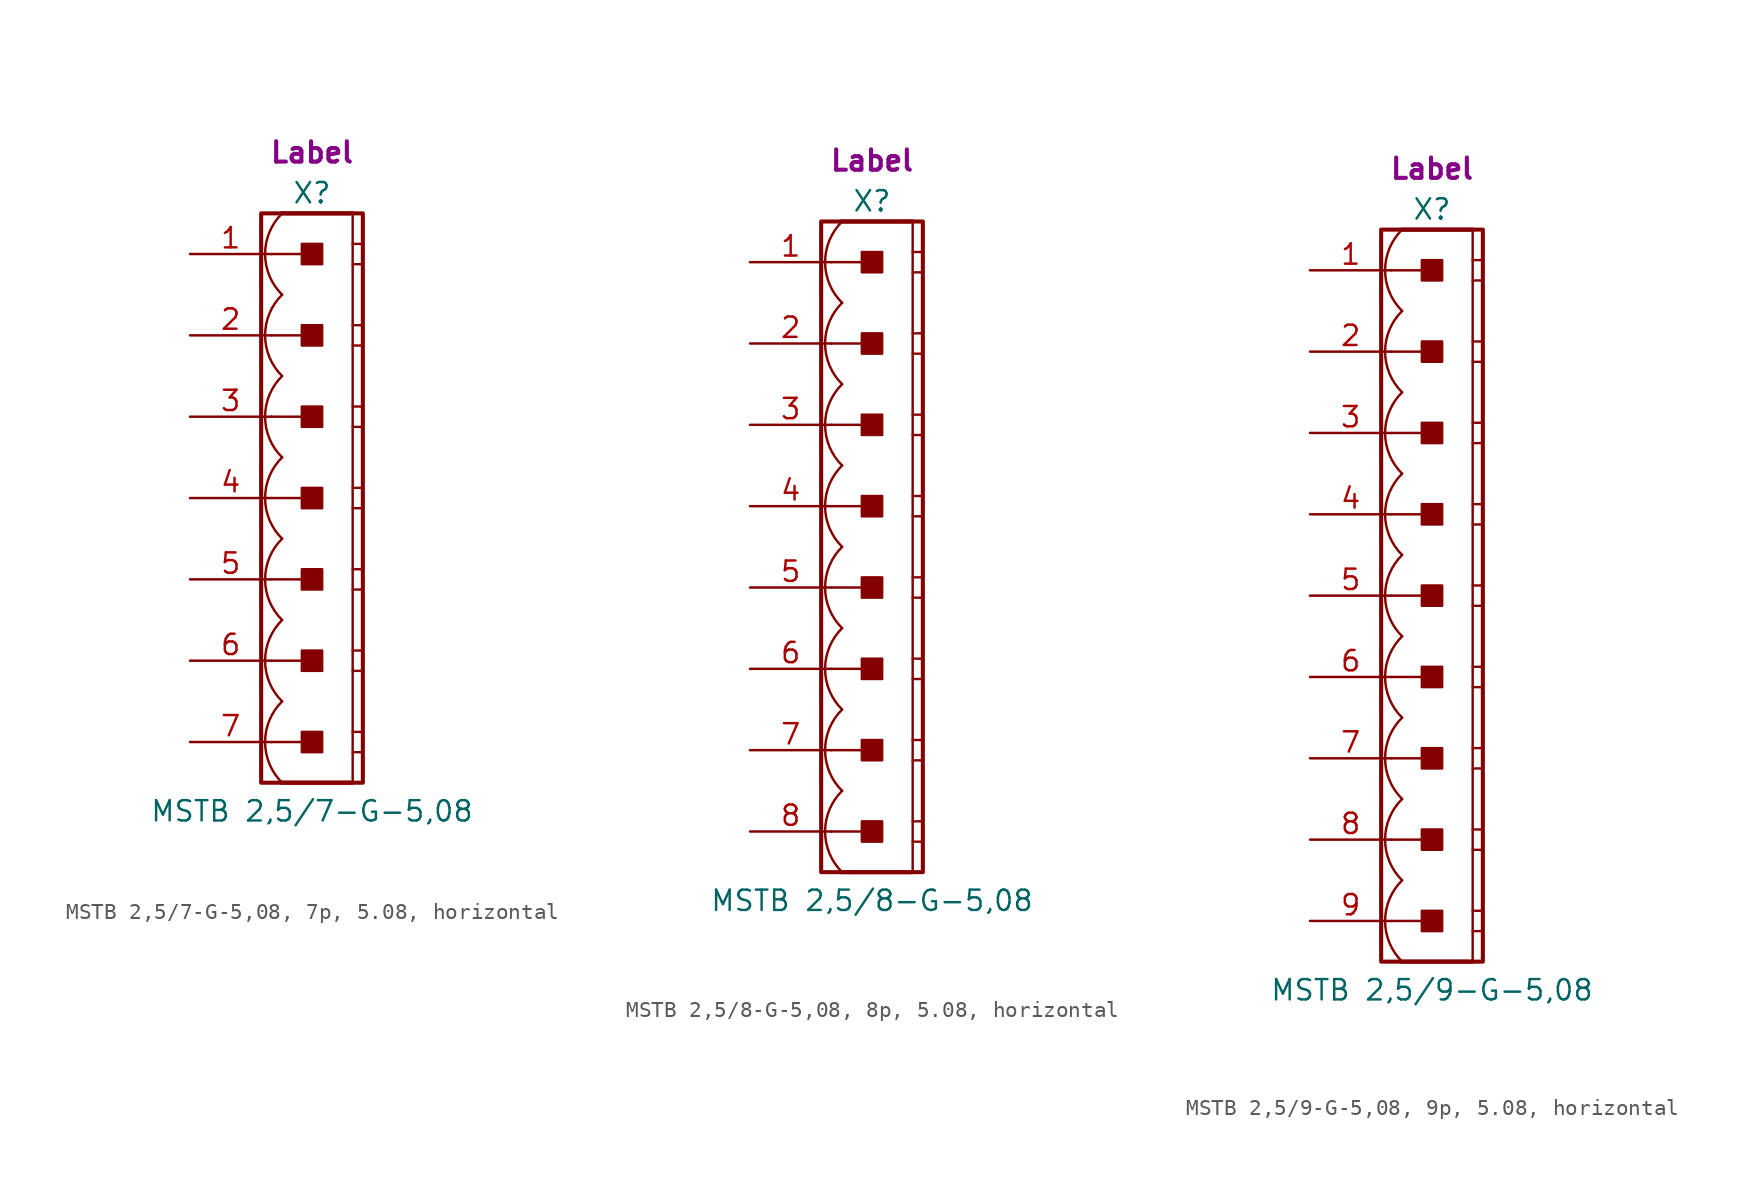
<source format=kicad_sym>
(kicad_symbol_lib
  (version 20241209)
  (generator "kicad_symbol_editor")
  (generator_version "9.0")
  (symbol "MSTB 2,5/7-G-5,08, 7p, 5.08, horizontal"
    (pin_names
      (offset 1.016)
      (hide yes))
    (property "Reference" "X"
      (at 0 19.05 0)
      (effects (font (size 1.27 1.27))))
    (property "Value" "MSTB 2,5/7-G-5,08"
      (at 0 -19.558 0)
      (effects (font (size 1.27 1.27))))
    (property "Label" "Label"
      (at 0 21.59 0)
      (effects (font (size 1.27 1.27) (thickness 0.254) (bold yes))))
    (symbol "MSTB 2,5/7-G-5,08, 7p, 5.08, horizontal_0_1"
      (polyline (pts (xy 2.54 17.78) (xy -1.905 17.78)) (stroke (width 0.254) (type default)) (fill (type none)))
      (polyline (pts (xy 2.54 17.78) (xy 2.54 -17.78)) (stroke (width 0.152) (type default)) (fill (type none)))
      (polyline (pts (xy 2.54 15.875) (xy 3.175 15.875)) (stroke (width 0.152) (type default)) (fill (type none)))
      (polyline (pts (xy 2.54 14.605) (xy 3.175 14.605)) (stroke (width 0.152) (type default)) (fill (type none)))
      (polyline (pts (xy 2.54 10.795) (xy 3.175 10.795)) (stroke (width 0.152) (type default)) (fill (type none)))
      (polyline (pts (xy 2.54 9.525) (xy 3.175 9.525)) (stroke (width 0.152) (type default)) (fill (type none)))
      (polyline (pts (xy 2.54 5.715) (xy 3.175 5.715)) (stroke (width 0.152) (type default)) (fill (type none)))
      (polyline (pts (xy 2.54 4.445) (xy 3.175 4.445)) (stroke (width 0.152) (type default)) (fill (type none)))
      (polyline (pts (xy 2.54 0.635) (xy 3.175 0.635)) (stroke (width 0.152) (type default)) (fill (type none)))
      (polyline (pts (xy 2.54 -0.635) (xy 3.175 -0.635)) (stroke (width 0.152) (type default)) (fill (type none)))
      (polyline (pts (xy 2.54 -4.445) (xy 3.175 -4.445)) (stroke (width 0.152) (type default)) (fill (type none)))
      (polyline (pts (xy 2.54 -5.715) (xy 3.175 -5.715)) (stroke (width 0.152) (type default)) (fill (type none)))
      (polyline (pts (xy 2.54 -9.525) (xy 3.175 -9.525)) (stroke (width 0.152) (type default)) (fill (type none)))
      (polyline (pts (xy 2.54 -10.795) (xy 3.175 -10.795)) (stroke (width 0.152) (type default)) (fill (type none)))
      (polyline (pts (xy 2.54 -14.605) (xy 3.175 -14.605)) (stroke (width 0.152) (type default)) (fill (type none)))
      (polyline (pts (xy 2.54 -15.875) (xy 3.175 -15.875)) (stroke (width 0.152) (type default)) (fill (type none)))
      (polyline (pts (xy 2.54 -17.78) (xy -1.905 -17.78)) (stroke (width 0.254) (type default)) (fill (type none))))
    (symbol "MSTB 2,5/7-G-5,08, 7p, 5.08, horizontal_1_0"
      (polyline (pts (xy -2.54 15.24) (xy 0 15.24)) (stroke (width 0.152) (type default)) (fill (type none)))
      (polyline (pts (xy -2.54 10.16) (xy 0 10.16)) (stroke (width 0.152) (type default)) (fill (type none)))
      (polyline (pts (xy -2.54 5.08) (xy 0 5.08)) (stroke (width 0.152) (type default)) (fill (type none)))
      (polyline (pts (xy -2.54 0) (xy 0 0)) (stroke (width 0.152) (type default)) (fill (type none)))
      (polyline (pts (xy -2.54 -5.08) (xy 0 -5.08)) (stroke (width 0.152) (type default)) (fill (type none)))
      (polyline (pts (xy -2.54 -10.16) (xy 0 -10.16)) (stroke (width 0.152) (type default)) (fill (type none)))
      (polyline (pts (xy -2.54 -15.24) (xy 0 -15.24)) (stroke (width 0.152) (type default)) (fill (type none))))
    (symbol "MSTB 2,5/7-G-5,08, 7p, 5.08, horizontal_1_1"
      (rectangle (start -3.175 17.78) (end 3.175 -17.78) (stroke (width 0.254) (type default)) (fill (type none)))
      (rectangle (start -0.635 14.605) (end 0.635 15.875) (stroke (width 0.152) (type default)) (fill (type outline)))
      (rectangle (start -0.635 9.525) (end 0.635 10.795) (stroke (width 0.152) (type default)) (fill (type outline)))
      (rectangle (start -0.635 4.445) (end 0.635 5.715) (stroke (width 0.152) (type default)) (fill (type outline)))
      (rectangle (start -0.635 -0.635) (end 0.635 0.635) (stroke (width 0.152) (type default)) (fill (type outline)))
      (rectangle (start -0.635 -5.715) (end 0.635 -4.445) (stroke (width 0.152) (type default)) (fill (type outline)))
      (rectangle (start -0.635 -10.795) (end 0.635 -9.525) (stroke (width 0.152) (type default)) (fill (type outline)))
      (rectangle (start -0.635 -15.875) (end 0.635 -14.605) (stroke (width 0.152) (type default)) (fill (type outline)))
      (arc (start -1.8664 12.7) (mid -2.9299 15.24) (end -1.8664 17.78) (stroke (width 0.1524) (type default)) (fill (type none)))
      (arc (start -1.8664 7.62) (mid -2.9299 10.16) (end -1.8664 12.7) (stroke (width 0.1524) (type default)) (fill (type none)))
      (arc (start -1.8664 2.54) (mid -2.9299 5.08) (end -1.8664 7.62) (stroke (width 0.1524) (type default)) (fill (type none)))
      (arc (start -1.8664 -2.54) (mid -2.9299 0) (end -1.8664 2.54) (stroke (width 0.1524) (type default)) (fill (type none)))
      (arc (start -1.8664 -7.62) (mid -2.9299 -5.08) (end -1.8664 -2.54) (stroke (width 0.1524) (type default)) (fill (type none)))
      (arc (start -1.8664 -12.7) (mid -2.9299 -10.16) (end -1.8664 -7.62) (stroke (width 0.1524) (type default)) (fill (type none)))
      (arc (start -1.8664 -17.78) (mid -2.9299 -15.24) (end -1.8664 -12.7) (stroke (width 0.1524) (type default)) (fill (type none)))
      (pin passive line (at -7.62 15.24 0) (length 5.08) (name "1" (effects (font (size 1.27 1.27)))) (number "1" (effects (font (size 1.27 1.27)))))
      (pin passive line (at -7.62 10.16 0) (length 5.08) (name "2" (effects (font (size 1.27 1.27)))) (number "2" (effects (font (size 1.27 1.27)))))
      (pin passive line (at -7.62 5.08 0) (length 5.08) (name "3" (effects (font (size 1.27 1.27)))) (number "3" (effects (font (size 1.27 1.27)))))
      (pin passive line (at -7.62 0 0) (length 5.08) (name "4" (effects (font (size 1.27 1.27)))) (number "4" (effects (font (size 1.27 1.27)))))
      (pin passive line (at -7.62 -5.08 0) (length 5.08) (name "5" (effects (font (size 1.27 1.27)))) (number "5" (effects (font (size 1.27 1.27)))))
      (pin passive line (at -7.62 -10.16 0) (length 5.08) (name "6" (effects (font (size 1.27 1.27)))) (number "6" (effects (font (size 1.27 1.27)))))
      (pin passive line (at -7.62 -15.24 0) (length 5.08) (name "7" (effects (font (size 1.27 1.27)))) (number "7" (effects (font (size 1.27 1.27)))))))
  (symbol "MSTB 2,5/8-G-5,08, 8p, 5.08, horizontal"
    (pin_names
      (offset 1.016)
      (hide yes))
    (property "Reference" "X"
      (at 0 21.59 0)
      (effects (font (size 1.27 1.27))))
    (property "Value" "MSTB 2,5/8-G-5,08"
      (at 0 -22.098 0)
      (effects (font (size 1.27 1.27))))
    (property "Label" "Label"
      (at 0 24.13 0)
      (effects (font (size 1.27 1.27) (thickness 0.254) (bold yes))))
    (symbol "MSTB 2,5/8-G-5,08, 8p, 5.08, horizontal_0_1"
      (polyline (pts (xy 2.54 20.32) (xy -1.905 20.32)) (stroke (width 0.254) (type default)) (fill (type none)))
      (polyline (pts (xy 2.54 20.32) (xy 2.54 -20.32)) (stroke (width 0.152) (type default)) (fill (type none)))
      (polyline (pts (xy 2.54 18.415) (xy 3.175 18.415)) (stroke (width 0.152) (type default)) (fill (type none)))
      (polyline (pts (xy 2.54 17.145) (xy 3.175 17.145)) (stroke (width 0.152) (type default)) (fill (type none)))
      (polyline (pts (xy 2.54 13.335) (xy 3.175 13.335)) (stroke (width 0.152) (type default)) (fill (type none)))
      (polyline (pts (xy 2.54 12.065) (xy 3.175 12.065)) (stroke (width 0.152) (type default)) (fill (type none)))
      (polyline (pts (xy 2.54 8.255) (xy 3.175 8.255)) (stroke (width 0.152) (type default)) (fill (type none)))
      (polyline (pts (xy 2.54 6.985) (xy 3.175 6.985)) (stroke (width 0.152) (type default)) (fill (type none)))
      (polyline (pts (xy 2.54 3.175) (xy 3.175 3.175)) (stroke (width 0.152) (type default)) (fill (type none)))
      (polyline (pts (xy 2.54 1.905) (xy 3.175 1.905)) (stroke (width 0.152) (type default)) (fill (type none)))
      (polyline (pts (xy 2.54 -1.905) (xy 3.175 -1.905)) (stroke (width 0.152) (type default)) (fill (type none)))
      (polyline (pts (xy 2.54 -3.175) (xy 3.175 -3.175)) (stroke (width 0.152) (type default)) (fill (type none)))
      (polyline (pts (xy 2.54 -6.985) (xy 3.175 -6.985)) (stroke (width 0.152) (type default)) (fill (type none)))
      (polyline (pts (xy 2.54 -8.255) (xy 3.175 -8.255)) (stroke (width 0.152) (type default)) (fill (type none)))
      (polyline (pts (xy 2.54 -12.065) (xy 3.175 -12.065)) (stroke (width 0.152) (type default)) (fill (type none)))
      (polyline (pts (xy 2.54 -13.335) (xy 3.175 -13.335)) (stroke (width 0.152) (type default)) (fill (type none)))
      (polyline (pts (xy 2.54 -17.145) (xy 3.175 -17.145)) (stroke (width 0.152) (type default)) (fill (type none)))
      (polyline (pts (xy 2.54 -18.415) (xy 3.175 -18.415)) (stroke (width 0.152) (type default)) (fill (type none)))
      (polyline (pts (xy 2.54 -20.32) (xy -1.905 -20.32)) (stroke (width 0.254) (type default)) (fill (type none))))
    (symbol "MSTB 2,5/8-G-5,08, 8p, 5.08, horizontal_1_0"
      (polyline (pts (xy -2.54 17.78) (xy 0 17.78)) (stroke (width 0.152) (type default)) (fill (type none)))
      (polyline (pts (xy -2.54 12.7) (xy 0 12.7)) (stroke (width 0.152) (type default)) (fill (type none)))
      (polyline (pts (xy -2.54 7.62) (xy 0 7.62)) (stroke (width 0.152) (type default)) (fill (type none)))
      (polyline (pts (xy -2.54 2.54) (xy 0 2.54)) (stroke (width 0.152) (type default)) (fill (type none)))
      (polyline (pts (xy -2.54 -2.54) (xy 0 -2.54)) (stroke (width 0.152) (type default)) (fill (type none)))
      (polyline (pts (xy -2.54 -7.62) (xy 0 -7.62)) (stroke (width 0.152) (type default)) (fill (type none)))
      (polyline (pts (xy -2.54 -12.7) (xy 0 -12.7)) (stroke (width 0.152) (type default)) (fill (type none)))
      (polyline (pts (xy -2.54 -17.78) (xy 0 -17.78)) (stroke (width 0.152) (type default)) (fill (type none))))
    (symbol "MSTB 2,5/8-G-5,08, 8p, 5.08, horizontal_1_1"
      (rectangle (start -3.175 20.32) (end 3.175 -20.32) (stroke (width 0.254) (type default)) (fill (type none)))
      (rectangle (start -0.635 17.145) (end 0.635 18.415) (stroke (width 0.152) (type default)) (fill (type outline)))
      (rectangle (start -0.635 12.065) (end 0.635 13.335) (stroke (width 0.152) (type default)) (fill (type outline)))
      (rectangle (start -0.635 6.985) (end 0.635 8.255) (stroke (width 0.152) (type default)) (fill (type outline)))
      (rectangle (start -0.635 1.905) (end 0.635 3.175) (stroke (width 0.152) (type default)) (fill (type outline)))
      (rectangle (start -0.635 -3.175) (end 0.635 -1.905) (stroke (width 0.152) (type default)) (fill (type outline)))
      (rectangle (start -0.635 -8.255) (end 0.635 -6.985) (stroke (width 0.152) (type default)) (fill (type outline)))
      (rectangle (start -0.635 -13.335) (end 0.635 -12.065) (stroke (width 0.152) (type default)) (fill (type outline)))
      (rectangle (start -0.635 -18.415) (end 0.635 -17.145) (stroke (width 0.152) (type default)) (fill (type outline)))
      (arc (start -1.8664 15.24) (mid -2.9299 17.78) (end -1.8664 20.32) (stroke (width 0.1524) (type default)) (fill (type none)))
      (arc (start -1.8664 10.16) (mid -2.9299 12.7) (end -1.8664 15.24) (stroke (width 0.1524) (type default)) (fill (type none)))
      (arc (start -1.8664 5.08) (mid -2.9299 7.62) (end -1.8664 10.16) (stroke (width 0.1524) (type default)) (fill (type none)))
      (arc (start -1.8664 0) (mid -2.9299 2.54) (end -1.8664 5.08) (stroke (width 0.1524) (type default)) (fill (type none)))
      (arc (start -1.8664 -5.08) (mid -2.9299 -2.54) (end -1.8664 0) (stroke (width 0.1524) (type default)) (fill (type none)))
      (arc (start -1.8664 -10.16) (mid -2.9299 -7.62) (end -1.8664 -5.08) (stroke (width 0.1524) (type default)) (fill (type none)))
      (arc (start -1.8664 -15.24) (mid -2.9299 -12.7) (end -1.8664 -10.16) (stroke (width 0.1524) (type default)) (fill (type none)))
      (arc (start -1.8664 -20.32) (mid -2.9299 -17.78) (end -1.8664 -15.24) (stroke (width 0.1524) (type default)) (fill (type none)))
      (pin passive line (at -7.62 17.78 0) (length 5.08) (name "1" (effects (font (size 1.27 1.27)))) (number "1" (effects (font (size 1.27 1.27)))))
      (pin passive line (at -7.62 12.7 0) (length 5.08) (name "2" (effects (font (size 1.27 1.27)))) (number "2" (effects (font (size 1.27 1.27)))))
      (pin passive line (at -7.62 7.62 0) (length 5.08) (name "3" (effects (font (size 1.27 1.27)))) (number "3" (effects (font (size 1.27 1.27)))))
      (pin passive line (at -7.62 2.54 0) (length 5.08) (name "4" (effects (font (size 1.27 1.27)))) (number "4" (effects (font (size 1.27 1.27)))))
      (pin passive line (at -7.62 -2.54 0) (length 5.08) (name "5" (effects (font (size 1.27 1.27)))) (number "5" (effects (font (size 1.27 1.27)))))
      (pin passive line (at -7.62 -7.62 0) (length 5.08) (name "6" (effects (font (size 1.27 1.27)))) (number "6" (effects (font (size 1.27 1.27)))))
      (pin passive line (at -7.62 -12.7 0) (length 5.08) (name "7" (effects (font (size 1.27 1.27)))) (number "7" (effects (font (size 1.27 1.27)))))
      (pin passive line (at -7.62 -17.78 0) (length 5.08) (name "8" (effects (font (size 1.27 1.27)))) (number "8" (effects (font (size 1.27 1.27)))))))
  (symbol "MSTB 2,5/9-G-5,08, 9p, 5.08, horizontal"
    (pin_names
      (offset 1.016)
      (hide yes))
    (property "Reference" "X"
      (at 0 24.13 0)
      (effects (font (size 1.27 1.27))))
    (property "Value" "MSTB 2,5/9-G-5,08"
      (at 0 -24.638 0)
      (effects (font (size 1.27 1.27))))
    (property "Label" "Label"
      (at 0 26.67 0)
      (effects (font (size 1.27 1.27) (thickness 0.254) (bold yes))))
    (symbol "MSTB 2,5/9-G-5,08, 9p, 5.08, horizontal_0_1"
      (polyline (pts (xy 2.54 22.86) (xy -1.905 22.86)) (stroke (width 0.254) (type default)) (fill (type none)))
      (polyline (pts (xy 2.54 22.86) (xy 2.54 -22.86)) (stroke (width 0.152) (type default)) (fill (type none)))
      (polyline (pts (xy 2.54 20.955) (xy 3.175 20.955)) (stroke (width 0.152) (type default)) (fill (type none)))
      (polyline (pts (xy 2.54 19.685) (xy 3.175 19.685)) (stroke (width 0.152) (type default)) (fill (type none)))
      (polyline (pts (xy 2.54 15.875) (xy 3.175 15.875)) (stroke (width 0.152) (type default)) (fill (type none)))
      (polyline (pts (xy 2.54 14.605) (xy 3.175 14.605)) (stroke (width 0.152) (type default)) (fill (type none)))
      (polyline (pts (xy 2.54 10.795) (xy 3.175 10.795)) (stroke (width 0.152) (type default)) (fill (type none)))
      (polyline (pts (xy 2.54 9.525) (xy 3.175 9.525)) (stroke (width 0.152) (type default)) (fill (type none)))
      (polyline (pts (xy 2.54 5.715) (xy 3.175 5.715)) (stroke (width 0.152) (type default)) (fill (type none)))
      (polyline (pts (xy 2.54 4.445) (xy 3.175 4.445)) (stroke (width 0.152) (type default)) (fill (type none)))
      (polyline (pts (xy 2.54 0.635) (xy 3.175 0.635)) (stroke (width 0.152) (type default)) (fill (type none)))
      (polyline (pts (xy 2.54 -0.635) (xy 3.175 -0.635)) (stroke (width 0.152) (type default)) (fill (type none)))
      (polyline (pts (xy 2.54 -4.445) (xy 3.175 -4.445)) (stroke (width 0.152) (type default)) (fill (type none)))
      (polyline (pts (xy 2.54 -5.715) (xy 3.175 -5.715)) (stroke (width 0.152) (type default)) (fill (type none)))
      (polyline (pts (xy 2.54 -9.525) (xy 3.175 -9.525)) (stroke (width 0.152) (type default)) (fill (type none)))
      (polyline (pts (xy 2.54 -10.795) (xy 3.175 -10.795)) (stroke (width 0.152) (type default)) (fill (type none)))
      (polyline (pts (xy 2.54 -14.605) (xy 3.175 -14.605)) (stroke (width 0.152) (type default)) (fill (type none)))
      (polyline (pts (xy 2.54 -15.875) (xy 3.175 -15.875)) (stroke (width 0.152) (type default)) (fill (type none)))
      (polyline (pts (xy 2.54 -19.685) (xy 3.175 -19.685)) (stroke (width 0.152) (type default)) (fill (type none)))
      (polyline (pts (xy 2.54 -20.955) (xy 3.175 -20.955)) (stroke (width 0.152) (type default)) (fill (type none)))
      (polyline (pts (xy 2.54 -22.86) (xy -1.905 -22.86)) (stroke (width 0.254) (type default)) (fill (type none))))
    (symbol "MSTB 2,5/9-G-5,08, 9p, 5.08, horizontal_1_0"
      (polyline (pts (xy -2.54 20.32) (xy 0 20.32)) (stroke (width 0.152) (type default)) (fill (type none)))
      (polyline (pts (xy -2.54 15.24) (xy 0 15.24)) (stroke (width 0.152) (type default)) (fill (type none)))
      (polyline (pts (xy -2.54 10.16) (xy 0 10.16)) (stroke (width 0.152) (type default)) (fill (type none)))
      (polyline (pts (xy -2.54 5.08) (xy 0 5.08)) (stroke (width 0.152) (type default)) (fill (type none)))
      (polyline (pts (xy -2.54 0) (xy 0 0)) (stroke (width 0.152) (type default)) (fill (type none)))
      (polyline (pts (xy -2.54 -5.08) (xy 0 -5.08)) (stroke (width 0.152) (type default)) (fill (type none)))
      (polyline (pts (xy -2.54 -10.16) (xy 0 -10.16)) (stroke (width 0.152) (type default)) (fill (type none)))
      (polyline (pts (xy -2.54 -15.24) (xy 0 -15.24)) (stroke (width 0.152) (type default)) (fill (type none)))
      (polyline (pts (xy -2.54 -20.32) (xy 0 -20.32)) (stroke (width 0.152) (type default)) (fill (type none))))
    (symbol "MSTB 2,5/9-G-5,08, 9p, 5.08, horizontal_1_1"
      (rectangle (start -3.175 22.86) (end 3.175 -22.86) (stroke (width 0.254) (type default)) (fill (type none)))
      (rectangle (start -0.635 19.685) (end 0.635 20.955) (stroke (width 0.152) (type default)) (fill (type outline)))
      (rectangle (start -0.635 14.605) (end 0.635 15.875) (stroke (width 0.152) (type default)) (fill (type outline)))
      (rectangle (start -0.635 9.525) (end 0.635 10.795) (stroke (width 0.152) (type default)) (fill (type outline)))
      (rectangle (start -0.635 4.445) (end 0.635 5.715) (stroke (width 0.152) (type default)) (fill (type outline)))
      (rectangle (start -0.635 -0.635) (end 0.635 0.635) (stroke (width 0.152) (type default)) (fill (type outline)))
      (rectangle (start -0.635 -5.715) (end 0.635 -4.445) (stroke (width 0.152) (type default)) (fill (type outline)))
      (rectangle (start -0.635 -10.795) (end 0.635 -9.525) (stroke (width 0.152) (type default)) (fill (type outline)))
      (rectangle (start -0.635 -15.875) (end 0.635 -14.605) (stroke (width 0.152) (type default)) (fill (type outline)))
      (rectangle (start -0.635 -20.955) (end 0.635 -19.685) (stroke (width 0.152) (type default)) (fill (type outline)))
      (arc (start -1.8664 17.78) (mid -2.9299 20.32) (end -1.8664 22.86) (stroke (width 0.1524) (type default)) (fill (type none)))
      (arc (start -1.8664 12.7) (mid -2.9299 15.24) (end -1.8664 17.78) (stroke (width 0.1524) (type default)) (fill (type none)))
      (arc (start -1.8664 7.62) (mid -2.9299 10.16) (end -1.8664 12.7) (stroke (width 0.1524) (type default)) (fill (type none)))
      (arc (start -1.8664 2.54) (mid -2.9299 5.08) (end -1.8664 7.62) (stroke (width 0.1524) (type default)) (fill (type none)))
      (arc (start -1.8664 -2.54) (mid -2.9299 0) (end -1.8664 2.54) (stroke (width 0.1524) (type default)) (fill (type none)))
      (arc (start -1.8664 -7.62) (mid -2.9299 -5.08) (end -1.8664 -2.54) (stroke (width 0.1524) (type default)) (fill (type none)))
      (arc (start -1.8664 -12.7) (mid -2.9299 -10.16) (end -1.8664 -7.62) (stroke (width 0.1524) (type default)) (fill (type none)))
      (arc (start -1.8664 -17.78) (mid -2.9299 -15.24) (end -1.8664 -12.7) (stroke (width 0.1524) (type default)) (fill (type none)))
      (arc (start -1.8664 -22.86) (mid -2.9299 -20.32) (end -1.8664 -17.78) (stroke (width 0.1524) (type default)) (fill (type none)))
      (pin passive line (at -7.62 20.32 0) (length 5.08) (name "1" (effects (font (size 1.27 1.27)))) (number "1" (effects (font (size 1.27 1.27)))))
      (pin passive line (at -7.62 15.24 0) (length 5.08) (name "2" (effects (font (size 1.27 1.27)))) (number "2" (effects (font (size 1.27 1.27)))))
      (pin passive line (at -7.62 10.16 0) (length 5.08) (name "3" (effects (font (size 1.27 1.27)))) (number "3" (effects (font (size 1.27 1.27)))))
      (pin passive line (at -7.62 5.08 0) (length 5.08) (name "4" (effects (font (size 1.27 1.27)))) (number "4" (effects (font (size 1.27 1.27)))))
      (pin passive line (at -7.62 0 0) (length 5.08) (name "5" (effects (font (size 1.27 1.27)))) (number "5" (effects (font (size 1.27 1.27)))))
      (pin passive line (at -7.62 -5.08 0) (length 5.08) (name "6" (effects (font (size 1.27 1.27)))) (number "6" (effects (font (size 1.27 1.27)))))
      (pin passive line (at -7.62 -10.16 0) (length 5.08) (name "7" (effects (font (size 1.27 1.27)))) (number "7" (effects (font (size 1.27 1.27)))))
      (pin passive line (at -7.62 -15.24 0) (length 5.08) (name "8" (effects (font (size 1.27 1.27)))) (number "8" (effects (font (size 1.27 1.27)))))
      (pin passive line (at -7.62 -20.32 0) (length 5.08) (name "9" (effects (font (size 1.27 1.27)))) (number "9" (effects (font (size 1.27 1.27))))))))
</source>
